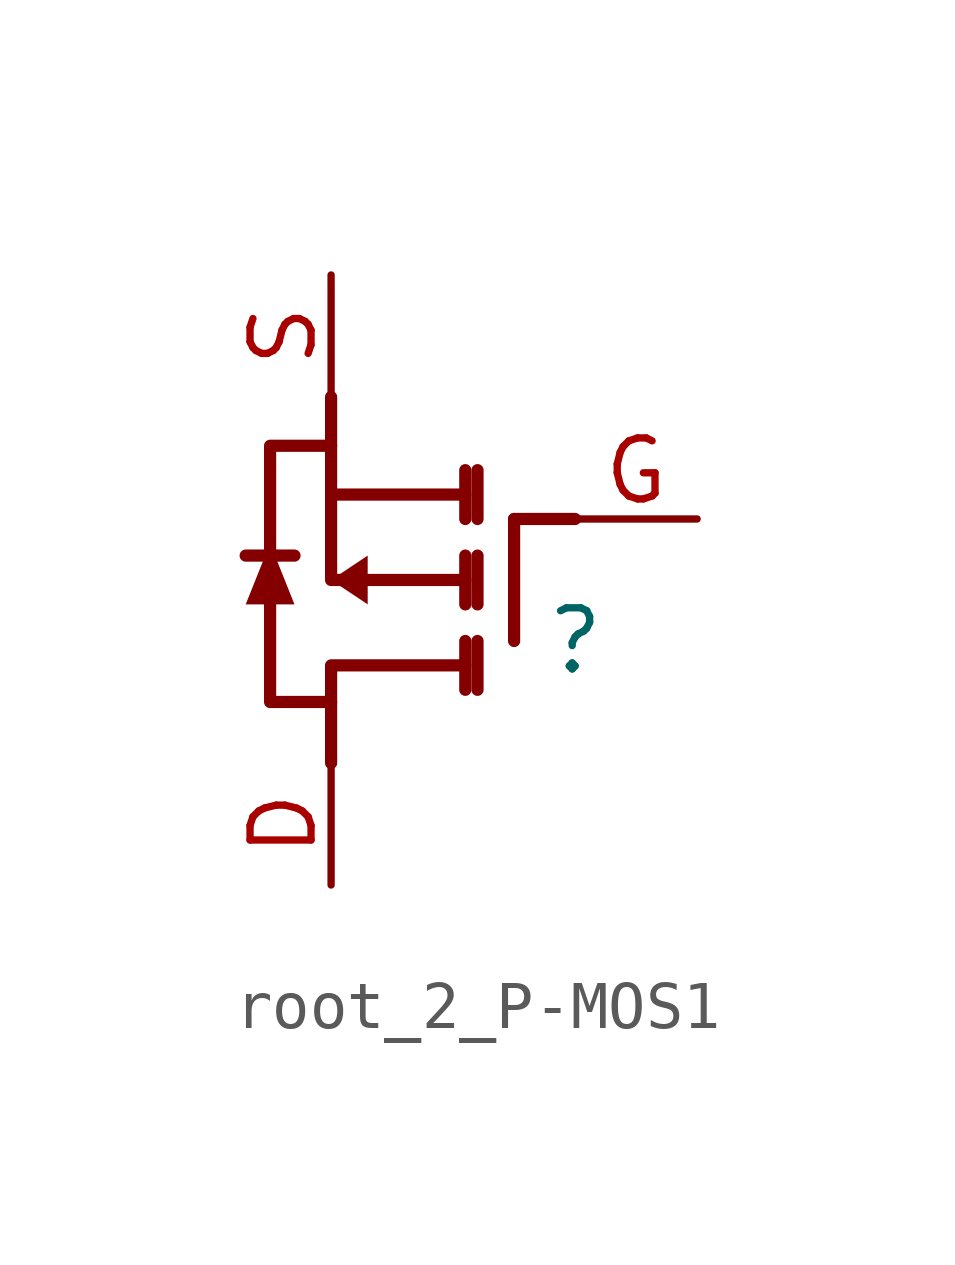
<source format=kicad_sym>
(kicad_symbol_lib
  (version 20231120)
  (generator "kicad_symbol_editor")
  (generator_version "8.0")
  (symbol "root_2_P-MOS1"
    (property "Reference" ""
      (at 0 0 0)
      (effects (font (size 1.27 1.27))))
    (property "Value" ""
      (at 0 0 0)
      (effects (font (size 1.27 1.27))))
    (symbol "root_2_P-MOS1_1_0"
      (polyline (pts (xy -5.842 1.778) (xy -6.858 1.778)) (stroke (width 0.254) (type solid)) (fill (type none)))
      (polyline (pts (xy -5.08 3.048) (xy -2.286 3.048)) (stroke (width 0.254) (type solid)) (fill (type none)))
      (polyline (pts (xy -5.08 5.08) (xy -5.08 3.048)) (stroke (width 0.254) (type solid)) (fill (type none)))
      (polyline (pts (xy -2.286 -1.016) (xy -2.286 0)) (stroke (width 0.254) (type solid)) (fill (type none)))
      (polyline (pts (xy -2.286 0.762) (xy -2.286 1.778)) (stroke (width 0.254) (type solid)) (fill (type none)))
      (polyline (pts (xy -2.286 2.54) (xy -2.286 3.556)) (stroke (width 0.254) (type solid)) (fill (type none)))
      (polyline (pts (xy -2.032 0) (xy -2.032 -1.016)) (stroke (width 0.254) (type solid)) (fill (type none)))
      (polyline (pts (xy -2.032 0.762) (xy -2.032 1.778)) (stroke (width 0.254) (type solid)) (fill (type none)))
      (polyline (pts (xy -2.032 2.54) (xy -2.032 3.556)) (stroke (width 0.254) (type solid)) (fill (type none)))
      (polyline (pts (xy -1.27 2.54) (xy -1.27 0)) (stroke (width 0.254) (type solid)) (fill (type none)))
      (polyline (pts (xy 0 2.54) (xy -1.27 2.54)) (stroke (width 0.254) (type solid)) (fill (type none)))
      (polyline (pts (xy -5.08 -2.54) (xy -5.08 -0.508) (xy -2.286 -0.508)) (stroke (width 0.254) (type solid)) (fill (type none)))
      (polyline (pts (xy -5.08 3.048) (xy -5.08 1.27) (xy -2.286 1.27)) (stroke (width 0.254) (type solid)) (fill (type none)))
      (polyline (pts (xy -6.858 0.762) (xy -5.842 0.762) (xy -6.35 2.032) (xy -6.858 0.762)) (stroke (width -0.0001) (type solid)) (fill (type outline)))
      (polyline (pts (xy -5.08 -1.27) (xy -6.35 -1.27) (xy -6.35 4.064) (xy -5.08 4.064)) (stroke (width 0.254) (type solid)) (fill (type none)))
      (polyline (pts (xy -4.318 0.762) (xy -4.318 1.778) (xy -5.08 1.27) (xy -4.318 0.762)) (stroke (width -0.0001) (type solid)) (fill (type outline)))
      (pin passive line (at -5.08 -5.08 90) (length 2.54) (name "D" (effects (font (size 0 0)))) (number "D" (effects (font (size 1.27 1.27)))))
      (pin passive line (at 2.54 2.54 180) (length 2.54) (name "G" (effects (font (size 0 0)))) (number "G" (effects (font (size 1.27 1.27)))))
      (pin passive line (at -5.08 7.62 270) (length 2.54) (name "S" (effects (font (size 0 0)))) (number "S" (effects (font (size 1.27 1.27))))))))
</source>
